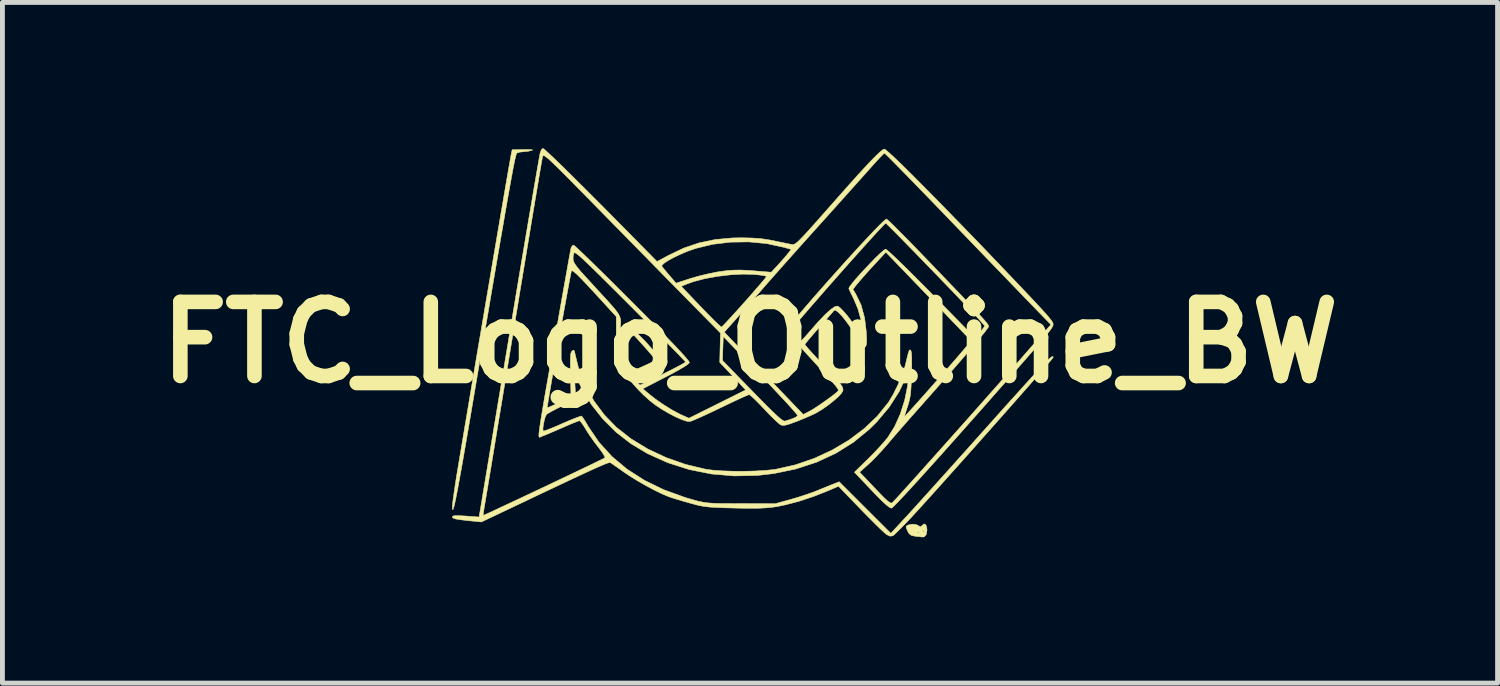
<source format=kicad_pcb>
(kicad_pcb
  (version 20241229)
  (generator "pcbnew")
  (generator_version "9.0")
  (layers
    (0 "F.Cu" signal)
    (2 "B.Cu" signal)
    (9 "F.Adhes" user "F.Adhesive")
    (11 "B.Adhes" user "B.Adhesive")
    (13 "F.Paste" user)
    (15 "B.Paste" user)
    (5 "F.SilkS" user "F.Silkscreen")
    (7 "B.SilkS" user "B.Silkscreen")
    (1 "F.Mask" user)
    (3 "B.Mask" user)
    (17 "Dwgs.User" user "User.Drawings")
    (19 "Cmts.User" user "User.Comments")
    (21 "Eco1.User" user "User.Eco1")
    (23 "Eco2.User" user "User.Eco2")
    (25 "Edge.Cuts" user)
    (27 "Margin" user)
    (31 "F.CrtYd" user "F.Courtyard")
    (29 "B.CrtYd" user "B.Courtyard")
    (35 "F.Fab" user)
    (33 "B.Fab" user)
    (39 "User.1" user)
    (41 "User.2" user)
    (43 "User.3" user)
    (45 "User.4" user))
  (footprint "FTC_Logo_Outline_BW"
    (layer "F.Cu")
    (at 12.381 3.996)
    (property "Reference" "FTC_Logo_Outline_BW" (at 0 0 0) (layer "F.SilkS") (effects (font (size 1.524 1.524) (thickness 0.3))))
    (attr through_hole)
    (fp_poly (pts (xy 3.617 3.75) (xy 3.637 3.812) (xy 3.641 3.865) (xy 3.625 3.953) (xy 3.583 4) (xy 3.533 4.003) (xy 3.495 3.997) (xy 3.424 3.989) (xy 3.401 3.987) (xy 3.321 3.971) (xy 3.273 3.934) (xy 3.259 3.909) (xy 3.443 3.909) (xy 3.457 3.923) (xy 3.471 3.909) (xy 3.457 3.895) (xy 3.443 3.909) (xy 3.259 3.909) (xy 3.243 3.881) (xy 3.556 3.881) (xy 3.57 3.895) (xy 3.584 3.881) (xy 3.57 3.866) (xy 3.556 3.881) (xy 3.243 3.881) (xy 3.241 3.877) (xy 3.213 3.812) (xy 3.213 3.78) (xy 3.244 3.76) (xy 3.264 3.752) (xy 3.343 3.738) (xy 3.424 3.748) (xy 3.481 3.778) (xy 3.488 3.787) (xy 3.515 3.789) (xy 3.54 3.765) (xy 3.582 3.732) (xy 3.617 3.75)) (stroke (width 0.01) (type solid)) (fill yes) (layer "F.SilkS"))
    (fp_poly (pts (xy -4.481 -3.966) (xy -4.477 -3.956) (xy -4.487 -3.952) (xy -4.566 -3.934) (xy -4.657 -3.925) (xy -4.735 -3.916) (xy -4.792 -3.899) (xy -4.795 -3.897) (xy -4.8 -3.892) (xy -4.806 -3.879) (xy -4.813 -3.859) (xy -4.822 -3.827) (xy -4.833 -3.782) (xy -4.846 -3.722) (xy -4.862 -3.643) (xy -4.881 -3.544) (xy -4.903 -3.423) (xy -4.93 -3.277) (xy -4.961 -3.104) (xy -4.997 -2.901) (xy -5.038 -2.667) (xy -5.084 -2.398) (xy -5.137 -2.093) (xy -5.196 -1.75) (xy -5.262 -1.365) (xy -5.335 -0.937) (xy -5.415 -0.463) (xy -5.504 0.058) (xy -5.602 0.63) (xy -5.708 1.255) (xy -5.744 1.468) (xy -5.814 1.879) (xy -5.876 2.236) (xy -5.929 2.543) (xy -5.976 2.8) (xy -6.014 3.011) (xy -6.047 3.177) (xy -6.073 3.301) (xy -6.093 3.385) (xy -6.108 3.431) (xy -6.117 3.442) (xy -6.123 3.419) (xy -6.124 3.374) (xy -6.12 3.321) (xy -6.108 3.223) (xy -6.089 3.09) (xy -6.066 2.931) (xy -6.039 2.759) (xy -6.038 2.754) (xy -6.021 2.648) (xy -5.995 2.496) (xy -5.963 2.302) (xy -5.924 2.071) (xy -5.88 1.806) (xy -5.83 1.512) (xy -5.777 1.193) (xy -5.72 0.854) (xy -5.66 0.498) (xy -5.598 0.131) (xy -5.534 -0.243) (xy -5.47 -0.621) (xy -5.406 -0.998) (xy -5.343 -1.369) (xy -5.282 -1.73) (xy -5.223 -2.077) (xy -5.167 -2.406) (xy -5.115 -2.712) (xy -5.067 -2.991) (xy -5.025 -3.239) (xy -4.988 -3.451) (xy -4.958 -3.623) (xy -4.936 -3.75) (xy -4.922 -3.829) (xy -4.918 -3.852) (xy -4.894 -3.965) (xy -4.655 -3.97) (xy -4.541 -3.97) (xy -4.481 -3.966)) (stroke (width 0.01) (type solid)) (fill yes) (layer "F.SilkS"))
    (fp_poly (pts (xy -4.249 -3.987) (xy -4.211 -3.956) (xy -4.137 -3.888) (xy -4.029 -3.786) (xy -3.891 -3.652) (xy -3.725 -3.49) (xy -3.536 -3.302) (xy -3.324 -3.091) (xy -3.095 -2.862) (xy -2.85 -2.615) (xy -2.685 -2.448) (xy -1.913 -1.665) (xy -1.683 -1.789) (xy -1.364 -1.942) (xy -1.044 -2.05) (xy -0.711 -2.119) (xy -0.352 -2.151) (xy -0.169 -2.154) (xy 0.045 -2.149) (xy 0.227 -2.136) (xy 0.398 -2.11) (xy 0.508 -2.088) (xy 0.638 -2.061) (xy 0.753 -2.037) (xy 0.84 -2.02) (xy 0.875 -2.014) (xy 0.898 -2.016) (xy 0.928 -2.031) (xy 0.969 -2.061) (xy 1.024 -2.112) (xy 1.097 -2.188) (xy 1.193 -2.291) (xy 1.316 -2.428) (xy 1.468 -2.6) (xy 1.58 -2.727) (xy 1.83 -3.01) (xy 2.045 -3.252) (xy 2.228 -3.456) (xy 2.381 -3.622) (xy 2.505 -3.754) (xy 2.604 -3.854) (xy 2.678 -3.923) (xy 2.73 -3.964) (xy 2.762 -3.979) (xy 2.765 -3.979) (xy 2.797 -3.959) (xy 2.865 -3.9) (xy 2.968 -3.806) (xy 3.102 -3.677) (xy 3.265 -3.517) (xy 3.454 -3.328) (xy 3.668 -3.112) (xy 3.904 -2.873) (xy 4.159 -2.611) (xy 4.432 -2.331) (xy 4.719 -2.034) (xy 5.018 -1.722) (xy 5.154 -1.58) (xy 5.389 -1.333) (xy 5.588 -1.124) (xy 5.754 -0.949) (xy 5.89 -0.804) (xy 5.998 -0.687) (xy 6.082 -0.595) (xy 6.144 -0.523) (xy 6.188 -0.469) (xy 6.216 -0.429) (xy 6.231 -0.401) (xy 6.237 -0.381) (xy 6.237 -0.376) (xy 6.234 -0.353) (xy 6.222 -0.324) (xy 6.198 -0.285) (xy 6.158 -0.23) (xy 6.1 -0.157) (xy 6.019 -0.06) (xy 5.913 0.064) (xy 5.778 0.22) (xy 5.611 0.411) (xy 5.501 0.536) (xy 5.146 0.939) (xy 4.813 1.317) (xy 4.501 1.669) (xy 4.213 1.994) (xy 3.95 2.289) (xy 3.713 2.553) (xy 3.504 2.784) (xy 3.324 2.982) (xy 3.174 3.144) (xy 3.056 3.269) (xy 2.972 3.356) (xy 2.922 3.402) (xy 2.91 3.409) (xy 2.872 3.395) (xy 2.805 3.343) (xy 2.707 3.252) (xy 2.576 3.12) (xy 2.503 3.043) (xy 2.148 2.669) (xy 2.424 2.4) (xy 2.542 2.282) (xy 2.658 2.158) (xy 2.76 2.044) (xy 2.834 1.954) (xy 2.835 1.953) (xy 2.974 1.732) (xy 3.091 1.472) (xy 3.182 1.187) (xy 3.242 0.89) (xy 3.258 0.748) (xy 3.266 0.647) (xy 3.267 0.596) (xy 3.261 0.59) (xy 3.246 0.623) (xy 3.234 0.654) (xy 3.071 1.006) (xy 2.863 1.331) (xy 2.606 1.636) (xy 2.456 1.785) (xy 2.128 2.053) (xy 1.765 2.28) (xy 1.368 2.464) (xy 0.942 2.603) (xy 0.49 2.697) (xy 0.149 2.736) (xy -0.328 2.746) (xy -0.798 2.705) (xy -1.254 2.614) (xy -1.692 2.474) (xy -2.106 2.288) (xy -2.452 2.081) (xy -2.754 1.847) (xy -3.028 1.575) (xy -3.265 1.275) (xy -3.457 0.956) (xy -3.516 0.833) (xy -3.616 0.607) (xy -3.585 1.171) (xy -3.866 1.306) (xy -3.984 1.365) (xy -4.086 1.419) (xy -4.158 1.461) (xy -4.187 1.482) (xy -4.211 1.526) (xy -4.233 1.602) (xy -4.251 1.689) (xy -4.261 1.768) (xy -4.257 1.817) (xy -4.254 1.823) (xy -4.225 1.817) (xy -4.154 1.792) (xy -4.05 1.75) (xy -3.923 1.696) (xy -3.863 1.669) (xy -3.728 1.611) (xy -3.612 1.563) (xy -3.523 1.53) (xy -3.473 1.515) (xy -3.465 1.514) (xy -3.442 1.543) (xy -3.399 1.609) (xy -3.345 1.698) (xy -3.327 1.73) (xy -3.107 2.054) (xy -2.841 2.346) (xy -2.53 2.607) (xy -2.174 2.835) (xy -1.776 3.029) (xy -1.335 3.189) (xy -1.164 3.239) (xy -1.076 3.263) (xy -0.998 3.28) (xy -0.921 3.294) (xy -0.836 3.303) (xy -0.734 3.309) (xy -0.605 3.313) (xy -0.439 3.314) (xy -0.228 3.315) (xy -0.183 3.315) (xy 0.522 3.316) (xy 0.848 3.226) (xy 1.003 3.18) (xy 1.162 3.128) (xy 1.305 3.078) (xy 1.384 3.047) (xy 1.503 2.998) (xy 1.619 2.951) (xy 1.709 2.915) (xy 1.715 2.913) (xy 1.835 2.866) (xy 2.366 3.397) (xy 2.897 3.927) (xy 3.193 3.607) (xy 3.272 3.522) (xy 3.382 3.401) (xy 3.52 3.248) (xy 3.681 3.07) (xy 3.859 2.872) (xy 4.05 2.66) (xy 4.248 2.439) (xy 4.449 2.215) (xy 4.474 2.187) (xy 4.771 1.855) (xy 5.033 1.562) (xy 5.262 1.306) (xy 5.461 1.086) (xy 5.63 0.898) (xy 5.773 0.741) (xy 5.892 0.611) (xy 5.989 0.507) (xy 6.066 0.427) (xy 6.125 0.367) (xy 6.169 0.325) (xy 6.2 0.3) (xy 6.22 0.288) (xy 6.231 0.288) (xy 6.236 0.297) (xy 6.237 0.307) (xy 6.219 0.332) (xy 6.166 0.395) (xy 6.083 0.492) (xy 5.972 0.619) (xy 5.838 0.773) (xy 5.683 0.95) (xy 5.511 1.145) (xy 5.325 1.356) (xy 5.129 1.577) (xy 4.927 1.805) (xy 4.721 2.037) (xy 4.516 2.268) (xy 4.314 2.494) (xy 4.119 2.712) (xy 3.935 2.918) (xy 3.765 3.107) (xy 3.612 3.276) (xy 3.48 3.422) (xy 3.372 3.539) (xy 3.311 3.606) (xy 3.2 3.723) (xy 3.099 3.826) (xy 3.016 3.908) (xy 2.959 3.962) (xy 2.938 3.978) (xy 2.878 3.985) (xy 2.811 3.953) (xy 2.769 3.918) (xy 2.695 3.849) (xy 2.596 3.753) (xy 2.478 3.635) (xy 2.347 3.502) (xy 2.277 3.43) (xy 1.82 2.958) (xy 1.59 3.057) (xy 1.305 3.169) (xy 1.009 3.267) (xy 0.722 3.342) (xy 0.557 3.376) (xy 0.446 3.392) (xy 0.329 3.403) (xy 0.194 3.41) (xy 0.029 3.412) (xy -0.174 3.41) (xy -0.31 3.407) (xy -0.516 3.402) (xy -0.676 3.396) (xy -0.802 3.389) (xy -0.905 3.379) (xy -0.996 3.365) (xy -1.087 3.345) (xy -1.188 3.318) (xy -1.228 3.307) (xy -1.366 3.268) (xy -1.498 3.229) (xy -1.604 3.196) (xy -1.658 3.178) (xy -1.796 3.121) (xy -1.964 3.04) (xy -2.147 2.942) (xy -2.33 2.837) (xy -2.498 2.732) (xy -2.592 2.668) (xy -2.696 2.594) (xy -2.785 2.532) (xy -2.848 2.489) (xy -2.87 2.474) (xy -2.882 2.471) (xy -2.904 2.475) (xy -2.94 2.485) (xy -2.992 2.505) (xy -3.065 2.536) (xy -3.162 2.578) (xy -3.287 2.635) (xy -3.443 2.707) (xy -3.634 2.796) (xy -3.863 2.904) (xy -4.134 3.032) (xy -4.451 3.182) (xy -4.633 3.269) (xy -5.527 3.693) (xy -5.826 3.663) (xy -5.966 3.646) (xy -6.058 3.631) (xy -6.108 3.613) (xy -6.124 3.593) (xy -6.124 3.592) (xy -6.116 3.574) (xy -6.083 3.564) (xy -6.018 3.562) (xy -5.911 3.567) (xy -5.849 3.571) (xy -5.574 3.591) (xy -5.567 3.548) (xy -5.49 3.548) (xy -5.483 3.556) (xy -5.456 3.544) (xy -5.382 3.511) (xy -5.267 3.458) (xy -5.117 3.387) (xy -4.935 3.302) (xy -4.727 3.205) (xy -4.498 3.097) (xy -4.253 2.981) (xy -4.237 2.974) (xy -3.991 2.857) (xy -3.76 2.747) (xy -3.55 2.647) (xy -3.366 2.559) (xy -3.212 2.485) (xy -3.094 2.427) (xy -3.016 2.389) (xy -2.985 2.372) (xy -2.984 2.372) (xy -2.991 2.343) (xy -3.027 2.282) (xy -3.086 2.2) (xy -3.119 2.157) (xy -3.208 2.04) (xy -3.298 1.912) (xy -3.372 1.798) (xy -3.379 1.785) (xy -3.433 1.699) (xy -3.479 1.636) (xy -3.507 1.609) (xy -3.508 1.609) (xy -3.542 1.62) (xy -3.617 1.649) (xy -3.723 1.693) (xy -3.849 1.748) (xy -3.876 1.76) (xy -4.01 1.818) (xy -4.129 1.869) (xy -4.223 1.908) (xy -4.278 1.93) (xy -4.283 1.931) (xy -4.298 1.938) (xy -4.313 1.946) (xy -4.325 1.951) (xy -4.334 1.95) (xy -4.341 1.94) (xy -4.344 1.918) (xy -4.343 1.88) (xy -4.337 1.823) (xy -4.327 1.744) (xy -4.311 1.639) (xy -4.29 1.505) (xy -4.262 1.34) (xy -4.171 1.34) (xy -4.171 1.341) (xy -4.144 1.334) (xy -4.078 1.305) (xy -3.984 1.262) (xy -3.923 1.232) (xy -3.683 1.115) (xy -3.694 0.662) (xy -3.697 0.489) (xy -3.697 0.363) (xy -3.693 0.277) (xy -3.686 0.221) (xy -3.673 0.189) (xy -3.66 0.174) (xy -3.63 0.157) (xy -3.612 0.177) (xy -3.598 0.244) (xy -3.598 0.245) (xy -3.518 0.569) (xy -3.388 0.891) (xy -3.213 1.2) (xy -3 1.487) (xy -2.754 1.741) (xy -2.75 1.745) (xy -2.447 1.982) (xy -2.102 2.192) (xy -1.724 2.369) (xy -1.325 2.509) (xy -0.911 2.608) (xy -0.903 2.609) (xy -0.752 2.629) (xy -0.56 2.642) (xy -0.342 2.649) (xy -0.113 2.65) (xy 0.113 2.644) (xy 0.32 2.632) (xy 0.493 2.614) (xy 0.538 2.607) (xy 0.936 2.517) (xy 1.322 2.384) (xy 1.691 2.213) (xy 2.035 2.009) (xy 2.346 1.775) (xy 2.618 1.517) (xy 2.843 1.238) (xy 2.848 1.232) (xy 2.943 1.074) (xy 3.038 0.884) (xy 3.122 0.685) (xy 3.186 0.499) (xy 3.202 0.437) (xy 3.234 0.305) (xy 3.256 0.219) (xy 3.272 0.171) (xy 3.285 0.152) (xy 3.298 0.155) (xy 3.309 0.165) (xy 3.32 0.206) (xy 3.326 0.301) (xy 3.328 0.447) (xy 3.324 0.64) (xy 3.324 0.654) (xy 3.317 0.839) (xy 3.309 0.979) (xy 3.298 1.089) (xy 3.281 1.18) (xy 3.258 1.265) (xy 3.241 1.319) (xy 3.209 1.416) (xy 3.187 1.488) (xy 3.179 1.523) (xy 3.179 1.524) (xy 3.2 1.504) (xy 3.252 1.447) (xy 3.331 1.36) (xy 3.431 1.249) (xy 3.547 1.119) (xy 3.674 0.976) (xy 3.805 0.828) (xy 3.936 0.679) (xy 4.062 0.536) (xy 4.177 0.404) (xy 4.276 0.291) (xy 4.315 0.245) (xy 4.552 -0.032) (xy 4.412 -0.178) (xy 4.36 -0.232) (xy 4.275 -0.321) (xy 4.161 -0.439) (xy 4.024 -0.582) (xy 3.87 -0.742) (xy 3.704 -0.914) (xy 3.533 -1.091) (xy 2.794 -1.858) (xy 2.542 -1.585) (xy 2.438 -1.472) (xy 2.34 -1.362) (xy 2.259 -1.269) (xy 2.205 -1.204) (xy 2.203 -1.203) (xy 2.117 -1.093) (xy 2.173 -1.002) (xy 2.285 -0.771) (xy 2.358 -0.502) (xy 2.391 -0.23) (xy 2.398 -0.096) (xy 2.399 -0.007) (xy 2.393 0.048) (xy 2.379 0.081) (xy 2.356 0.103) (xy 2.33 0.117) (xy 2.306 0.11) (xy 2.278 0.076) (xy 2.239 0.005) (xy 2.184 -0.106) (xy 2.123 -0.22) (xy 2.049 -0.337) (xy 1.969 -0.448) (xy 1.891 -0.544) (xy 1.821 -0.617) (xy 1.765 -0.66) (xy 1.732 -0.663) (xy 1.73 -0.661) (xy 1.704 -0.63) (xy 1.648 -0.565) (xy 1.568 -0.474) (xy 1.472 -0.366) (xy 1.418 -0.304) (xy 1.319 -0.191) (xy 1.234 -0.092) (xy 1.17 -0.015) (xy 1.134 0.031) (xy 1.129 0.041) (xy 1.147 0.067) (xy 1.198 0.127) (xy 1.276 0.214) (xy 1.374 0.32) (xy 1.466 0.419) (xy 1.612 0.574) (xy 1.723 0.695) (xy 1.804 0.786) (xy 1.86 0.854) (xy 1.893 0.904) (xy 1.909 0.941) (xy 1.913 0.973) (xy 1.908 1.001) (xy 1.876 1.052) (xy 1.807 1.124) (xy 1.711 1.208) (xy 1.6 1.295) (xy 1.484 1.376) (xy 1.373 1.443) (xy 1.343 1.459) (xy 1.252 1.502) (xy 1.129 1.555) (xy 0.997 1.61) (xy 0.95 1.628) (xy 0.821 1.675) (xy 0.732 1.701) (xy 0.672 1.707) (xy 0.635 1.698) (xy 0.594 1.668) (xy 0.524 1.605) (xy 0.433 1.516) (xy 0.331 1.411) (xy 0.294 1.371) (xy 0.193 1.265) (xy 0.103 1.175) (xy 0.034 1.11) (xy -0.009 1.076) (xy -0.016 1.072) (xy -0.05 1.084) (xy -0.126 1.117) (xy -0.238 1.168) (xy -0.377 1.233) (xy -0.535 1.309) (xy -0.604 1.342) (xy -0.771 1.422) (xy -0.926 1.494) (xy -1.058 1.554) (xy -1.161 1.598) (xy -1.224 1.623) (xy -1.236 1.626) (xy -1.305 1.62) (xy -1.408 1.585) (xy -1.535 1.529) (xy -1.675 1.456) (xy -1.818 1.372) (xy -1.952 1.282) (xy -2.066 1.193) (xy -2.066 1.193) (xy -2.192 1.079) (xy -2.306 0.964) (xy -2.402 0.857) (xy -2.471 0.765) (xy -2.508 0.697) (xy -2.512 0.678) (xy -2.497 0.646) (xy -2.447 0.609) (xy -2.356 0.561) (xy -2.23 0.504) (xy -2.115 0.452) (xy -2.023 0.408) (xy -1.964 0.374) (xy -1.947 0.36) (xy -1.965 0.332) (xy -2.012 0.273) (xy -2.081 0.192) (xy -2.161 0.1) (xy -2.246 0.006) (xy -2.325 -0.081) (xy -2.39 -0.15) (xy -2.432 -0.19) (xy -2.433 -0.191) (xy -2.468 -0.209) (xy -2.499 -0.195) (xy -2.533 -0.142) (xy -2.574 -0.042) (xy -2.583 -0.02) (xy -2.616 0.06) (xy -2.647 0.117) (xy -2.66 0.131) (xy -2.697 0.137) (xy -2.724 0.099) (xy -2.742 0.014) (xy -2.75 -0.122) (xy -2.752 -0.226) (xy -2.752 -0.533) (xy -3.203 -1.025) (xy -3.353 -1.187) (xy -3.47 -1.31) (xy -3.557 -1.397) (xy -3.618 -1.451) (xy -3.655 -1.475) (xy -3.673 -1.473) (xy -3.674 -1.471) (xy -3.683 -1.435) (xy -3.699 -1.351) (xy -3.723 -1.224) (xy -3.753 -1.063) (xy -3.788 -0.872) (xy -3.827 -0.659) (xy -3.868 -0.43) (xy -3.91 -0.191) (xy -3.953 0.051) (xy -3.995 0.291) (xy -4.035 0.52) (xy -4.072 0.734) (xy -4.105 0.926) (xy -4.133 1.088) (xy -4.154 1.216) (xy -4.167 1.302) (xy -4.171 1.34) (xy -4.262 1.34) (xy -4.262 1.339) (xy -4.228 1.137) (xy -4.186 0.896) (xy -4.136 0.613) (xy -4.079 0.284) (xy -4.013 -0.094) (xy -3.937 -0.523) (xy -3.935 -0.536) (xy -3.887 -0.808) (xy -3.842 -1.064) (xy -3.8 -1.299) (xy -3.763 -1.506) (xy -3.732 -1.681) (xy -3.724 -1.725) (xy -3.641 -1.725) (xy -3.633 -1.677) (xy -3.608 -1.623) (xy -3.562 -1.556) (xy -3.491 -1.47) (xy -3.39 -1.358) (xy -3.256 -1.212) (xy -3.235 -1.188) (xy -3.071 -1.01) (xy -2.941 -0.869) (xy -2.841 -0.757) (xy -2.767 -0.67) (xy -2.716 -0.6) (xy -2.684 -0.543) (xy -2.667 -0.491) (xy -2.66 -0.439) (xy -2.662 -0.381) (xy -2.667 -0.312) (xy -2.668 -0.286) (xy -2.684 -0.042) (xy -2.612 -0.174) (xy -2.567 -0.252) (xy -2.528 -0.308) (xy -2.513 -0.324) (xy -2.477 -0.315) (xy -2.414 -0.271) (xy -2.332 -0.198) (xy -2.237 -0.106) (xy -2.137 -0.003) (xy -2.04 0.105) (xy -1.954 0.207) (xy -1.885 0.297) (xy -1.842 0.366) (xy -1.832 0.406) (xy -1.834 0.408) (xy -1.87 0.433) (xy -1.947 0.473) (xy -2.051 0.522) (xy -2.145 0.563) (xy -2.269 0.617) (xy -2.349 0.656) (xy -2.391 0.684) (xy -2.403 0.707) (xy -2.394 0.73) (xy -2.394 0.73) (xy -2.321 0.821) (xy -2.275 0.869) (xy -2.262 0.875) (xy -2.233 0.863) (xy -2.162 0.83) (xy -2.057 0.78) (xy -1.926 0.716) (xy -1.787 0.648) (xy -1.64 0.575) (xy -1.513 0.509) (xy -1.413 0.456) (xy -1.348 0.418) (xy -1.326 0.401) (xy -1.346 0.378) (xy -1.402 0.319) (xy -1.49 0.227) (xy -1.609 0.106) (xy -1.753 -0.041) (xy -1.919 -0.209) (xy -2.104 -0.395) (xy -2.304 -0.596) (xy -2.468 -0.76) (xy -2.711 -1.003) (xy -2.918 -1.209) (xy -3.09 -1.38) (xy -3.233 -1.52) (xy -3.347 -1.63) (xy -3.437 -1.715) (xy -3.505 -1.776) (xy -3.554 -1.816) (xy -3.588 -1.839) (xy -3.609 -1.846) (xy -3.621 -1.842) (xy -3.625 -1.832) (xy -3.637 -1.775) (xy -3.641 -1.725) (xy -3.724 -1.725) (xy -3.707 -1.817) (xy -3.689 -1.91) (xy -3.681 -1.953) (xy -3.68 -1.954) (xy -3.651 -1.996) (xy -3.63 -2.004) (xy -3.605 -1.984) (xy -3.543 -1.928) (xy -3.449 -1.839) (xy -3.325 -1.72) (xy -3.177 -1.575) (xy -3.006 -1.408) (xy -2.817 -1.221) (xy -2.614 -1.018) (xy -2.416 -0.82) (xy -2.136 -0.539) (xy -1.896 -0.295) (xy -1.695 -0.089) (xy -1.532 0.081) (xy -1.407 0.215) (xy -1.318 0.314) (xy -1.265 0.379) (xy -1.246 0.411) (xy -1.246 0.413) (xy -1.276 0.446) (xy -1.355 0.5) (xy -1.482 0.574) (xy -1.653 0.667) (xy -1.731 0.707) (xy -2.205 0.952) (xy -2.083 1.056) (xy -1.943 1.167) (xy -1.778 1.281) (xy -1.609 1.386) (xy -1.455 1.469) (xy -1.414 1.488) (xy -1.256 1.558) (xy -0.09 0.977) (xy -0.356 0.693) (xy -0.623 0.409) (xy -0.622 0.371) (xy -0.567 0.371) (xy 0.048 1.002) (xy 0.227 1.185) (xy 0.371 1.33) (xy 0.485 1.441) (xy 0.571 1.522) (xy 0.635 1.576) (xy 0.68 1.607) (xy 0.709 1.618) (xy 0.72 1.617) (xy 0.785 1.597) (xy 0.868 1.569) (xy 0.873 1.567) (xy 0.94 1.538) (xy 0.978 1.509) (xy 0.98 1.505) (xy 0.963 1.479) (xy 0.911 1.417) (xy 0.828 1.323) (xy 0.718 1.203) (xy 0.585 1.061) (xy 0.434 0.9) (xy 0.268 0.726) (xy 0.22 0.677) (xy -0.55 -0.123) (xy -0.559 0.124) (xy -0.567 0.371) (xy -0.622 0.371) (xy -0.616 0.107) (xy -0.608 -0.195) (xy -0.625 -0.212) (xy -0.53 -0.212) (xy -0.018 0.321) (xy 0.141 0.486) (xy 0.306 0.658) (xy 0.468 0.827) (xy 0.616 0.981) (xy 0.74 1.111) (xy 0.794 1.167) (xy 1.095 1.482) (xy 1.226 1.414) (xy 1.303 1.369) (xy 1.402 1.305) (xy 1.511 1.23) (xy 1.619 1.153) (xy 1.715 1.082) (xy 1.785 1.024) (xy 1.819 0.989) (xy 1.808 0.957) (xy 1.761 0.892) (xy 1.684 0.798) (xy 1.58 0.682) (xy 1.533 0.632) (xy 1.307 0.389) (xy 1.121 0.186) (xy 0.974 0.021) (xy 0.866 -0.105) (xy 0.797 -0.194) (xy 0.769 -0.24) (xy 0.823 -0.24) (xy 0.925 -0.134) (xy 0.986 -0.074) (xy 1.03 -0.036) (xy 1.044 -0.028) (xy 1.068 -0.048) (xy 1.119 -0.102) (xy 1.189 -0.181) (xy 1.234 -0.233) (xy 1.408 -0.431) (xy 1.552 -0.581) (xy 1.667 -0.684) (xy 1.751 -0.74) (xy 1.803 -0.749) (xy 1.852 -0.715) (xy 1.921 -0.645) (xy 2.003 -0.55) (xy 2.086 -0.44) (xy 2.164 -0.328) (xy 2.226 -0.225) (xy 2.247 -0.183) (xy 2.314 -0.042) (xy 2.314 -0.198) (xy 2.29 -0.438) (xy 2.221 -0.69) (xy 2.131 -0.903) (xy 2.084 -0.997) (xy 2.049 -1.07) (xy 2.033 -1.11) (xy 2.032 -1.113) (xy 2.051 -1.15) (xy 2.103 -1.218) (xy 2.179 -1.31) (xy 2.274 -1.416) (xy 2.379 -1.53) (xy 2.486 -1.642) (xy 2.587 -1.746) (xy 2.677 -1.832) (xy 2.746 -1.892) (xy 2.787 -1.92) (xy 2.791 -1.92) (xy 2.819 -1.901) (xy 2.883 -1.845) (xy 2.978 -1.757) (xy 3.099 -1.64) (xy 3.244 -1.499) (xy 3.406 -1.337) (xy 3.584 -1.159) (xy 3.74 -1.001) (xy 4.643 -0.08) (xy 4.831 -0.34) (xy 4.739 -0.445) (xy 4.686 -0.504) (xy 4.602 -0.593) (xy 4.493 -0.709) (xy 4.362 -0.846) (xy 4.215 -1.001) (xy 4.055 -1.167) (xy 3.888 -1.34) (xy 3.717 -1.516) (xy 3.549 -1.69) (xy 3.386 -1.858) (xy 3.234 -2.013) (xy 3.097 -2.153) (xy 2.98 -2.272) (xy 2.887 -2.364) (xy 2.823 -2.427) (xy 2.793 -2.454) (xy 2.792 -2.455) (xy 2.768 -2.435) (xy 2.712 -2.376) (xy 2.626 -2.285) (xy 2.516 -2.164) (xy 2.385 -2.02) (xy 2.238 -1.856) (xy 2.078 -1.677) (xy 1.909 -1.487) (xy 1.737 -1.292) (xy 1.564 -1.096) (xy 1.396 -0.903) (xy 1.235 -0.718) (xy 1.163 -0.635) (xy 0.823 -0.24) (xy 0.769 -0.24) (xy 0.765 -0.247) (xy 0.763 -0.256) (xy 0.781 -0.29) (xy 0.833 -0.362) (xy 0.915 -0.464) (xy 1.023 -0.594) (xy 1.152 -0.745) (xy 1.297 -0.913) (xy 1.456 -1.094) (xy 1.623 -1.283) (xy 1.794 -1.474) (xy 1.964 -1.664) (xy 2.131 -1.847) (xy 2.288 -2.018) (xy 2.433 -2.173) (xy 2.56 -2.307) (xy 2.665 -2.415) (xy 2.745 -2.492) (xy 2.795 -2.534) (xy 2.807 -2.54) (xy 2.833 -2.52) (xy 2.894 -2.464) (xy 2.985 -2.375) (xy 3.102 -2.257) (xy 3.242 -2.116) (xy 3.4 -1.954) (xy 3.572 -1.776) (xy 3.686 -1.658) (xy 3.937 -1.396) (xy 4.152 -1.172) (xy 4.333 -0.983) (xy 4.483 -0.825) (xy 4.605 -0.695) (xy 4.702 -0.591) (xy 4.777 -0.51) (xy 4.832 -0.448) (xy 4.87 -0.402) (xy 4.894 -0.37) (xy 4.906 -0.348) (xy 4.911 -0.334) (xy 4.911 -0.332) (xy 4.892 -0.298) (xy 4.837 -0.224) (xy 4.747 -0.112) (xy 4.624 0.035) (xy 4.47 0.216) (xy 4.286 0.43) (xy 4.074 0.673) (xy 3.836 0.943) (xy 3.573 1.24) (xy 3.572 1.242) (xy 3.42 1.413) (xy 3.269 1.584) (xy 3.126 1.747) (xy 2.999 1.893) (xy 2.895 2.014) (xy 2.825 2.097) (xy 2.718 2.218) (xy 2.601 2.344) (xy 2.491 2.455) (xy 2.436 2.506) (xy 2.255 2.668) (xy 2.57 3) (xy 2.69 3.125) (xy 2.777 3.213) (xy 2.839 3.268) (xy 2.882 3.297) (xy 2.91 3.304) (xy 2.929 3.296) (xy 2.955 3.268) (xy 3.016 3.203) (xy 3.107 3.103) (xy 3.224 2.973) (xy 3.365 2.817) (xy 3.525 2.639) (xy 3.701 2.442) (xy 3.889 2.232) (xy 3.992 2.117) (xy 4.207 1.876) (xy 4.428 1.628) (xy 4.649 1.379) (xy 4.864 1.136) (xy 5.067 0.907) (xy 5.252 0.699) (xy 5.411 0.518) (xy 5.54 0.372) (xy 5.545 0.367) (xy 5.685 0.207) (xy 5.815 0.059) (xy 5.93 -0.072) (xy 6.025 -0.18) (xy 6.094 -0.258) (xy 6.132 -0.301) (xy 6.134 -0.304) (xy 6.191 -0.367) (xy 5.91 -0.656) (xy 5.843 -0.725) (xy 5.741 -0.831) (xy 5.607 -0.969) (xy 5.447 -1.135) (xy 5.263 -1.326) (xy 5.059 -1.537) (xy 4.84 -1.764) (xy 4.61 -2.003) (xy 4.372 -2.25) (xy 4.208 -2.42) (xy 3.976 -2.661) (xy 3.755 -2.89) (xy 3.548 -3.103) (xy 3.359 -3.298) (xy 3.19 -3.471) (xy 3.046 -3.618) (xy 2.928 -3.738) (xy 2.84 -3.826) (xy 2.785 -3.879) (xy 2.767 -3.895) (xy 2.742 -3.875) (xy 2.687 -3.819) (xy 2.608 -3.736) (xy 2.513 -3.631) (xy 2.453 -3.563) (xy 2.366 -3.466) (xy 2.248 -3.334) (xy 2.105 -3.174) (xy 1.943 -2.993) (xy 1.768 -2.798) (xy 1.588 -2.597) (xy 1.407 -2.396) (xy 1.397 -2.385) (xy 1.213 -2.18) (xy 1.025 -1.971) (xy 0.841 -1.764) (xy 0.667 -1.569) (xy 0.511 -1.393) (xy 0.379 -1.243) (xy 0.279 -1.129) (xy 0.148 -0.978) (xy 0.01 -0.821) (xy -0.122 -0.671) (xy -0.237 -0.541) (xy -0.303 -0.466) (xy -0.53 -0.212) (xy -0.625 -0.212) (xy -1.201 -0.796) (xy -1.332 -0.93) (xy -1.498 -1.098) (xy -1.554 -1.155) (xy -1.414 -1.155) (xy -1.011 -0.733) (xy -0.889 -0.606) (xy -0.78 -0.496) (xy -0.69 -0.407) (xy -0.624 -0.346) (xy -0.589 -0.318) (xy -0.585 -0.318) (xy -0.561 -0.34) (xy -0.504 -0.399) (xy -0.422 -0.488) (xy -0.318 -0.602) (xy -0.198 -0.734) (xy -0.112 -0.831) (xy 0.014 -0.973) (xy 0.126 -1.102) (xy 0.22 -1.21) (xy 0.29 -1.293) (xy 0.33 -1.344) (xy 0.339 -1.357) (xy 0.313 -1.369) (xy 0.243 -1.382) (xy 0.143 -1.394) (xy 0.092 -1.399) (xy -0.143 -1.406) (xy -0.403 -1.392) (xy -0.671 -1.36) (xy -0.93 -1.313) (xy -1.163 -1.252) (xy -1.307 -1.2) (xy -1.414 -1.155) (xy -1.554 -1.155) (xy -1.691 -1.294) (xy -1.906 -1.513) (xy -1.963 -1.571) (xy -1.815 -1.571) (xy -1.788 -1.534) (xy -1.735 -1.469) (xy -1.666 -1.388) (xy -1.659 -1.379) (xy -1.521 -1.22) (xy -1.221 -1.318) (xy -1.054 -1.366) (xy -0.864 -1.412) (xy -0.681 -1.449) (xy -0.611 -1.46) (xy -0.457 -1.48) (xy -0.322 -1.489) (xy -0.186 -1.49) (xy -0.026 -1.482) (xy 0.068 -1.475) (xy 0.437 -1.445) (xy 0.559 -1.576) (xy 0.641 -1.667) (xy 0.722 -1.76) (xy 0.765 -1.811) (xy 0.848 -1.915) (xy 0.699 -1.957) (xy 0.347 -2.034) (xy -0.023 -2.069) (xy -0.399 -2.064) (xy -0.767 -2.02) (xy -1.114 -1.936) (xy -1.284 -1.877) (xy -1.432 -1.814) (xy -1.567 -1.75) (xy -1.68 -1.688) (xy -1.764 -1.633) (xy -1.81 -1.591) (xy -1.815 -1.571) (xy -1.963 -1.571) (xy -2.136 -1.748) (xy -2.377 -1.993) (xy -2.622 -2.243) (xy -2.865 -2.49) (xy -3.02 -2.648) (xy -3.271 -2.904) (xy -3.485 -3.121) (xy -3.665 -3.304) (xy -3.815 -3.455) (xy -3.937 -3.577) (xy -4.034 -3.671) (xy -4.109 -3.743) (xy -4.166 -3.793) (xy -4.207 -3.824) (xy -4.234 -3.841) (xy -4.252 -3.844) (xy -4.262 -3.837) (xy -4.268 -3.824) (xy -4.269 -3.819) (xy -4.276 -3.782) (xy -4.292 -3.693) (xy -4.316 -3.554) (xy -4.347 -3.37) (xy -4.385 -3.143) (xy -4.43 -2.878) (xy -4.48 -2.578) (xy -4.535 -2.245) (xy -4.595 -1.884) (xy -4.659 -1.497) (xy -4.727 -1.089) (xy -4.797 -0.662) (xy -4.87 -0.22) (xy -4.883 -0.141) (xy -4.956 0.303) (xy -5.027 0.732) (xy -5.094 1.142) (xy -5.159 1.531) (xy -5.219 1.895) (xy -5.274 2.23) (xy -5.324 2.534) (xy -5.369 2.803) (xy -5.407 3.033) (xy -5.439 3.222) (xy -5.463 3.366) (xy -5.479 3.461) (xy -5.486 3.504) (xy -5.487 3.507) (xy -5.49 3.548) (xy -5.567 3.548) (xy -4.96 -0.103) (xy -4.885 -0.554) (xy -4.813 -0.99) (xy -4.743 -1.409) (xy -4.676 -1.808) (xy -4.613 -2.181) (xy -4.555 -2.528) (xy -4.501 -2.843) (xy -4.454 -3.124) (xy -4.412 -3.367) (xy -4.377 -3.569) (xy -4.35 -3.726) (xy -4.33 -3.836) (xy -4.319 -3.895) (xy -4.317 -3.902) (xy -4.29 -3.972) (xy -4.261 -3.991) (xy -4.249 -3.987)) (stroke (width 0.01) (type solid)) (fill yes) (layer "F.SilkS")))
  (gr_rect
    (start -3 -3)
    (end 27.761 11.004)
    (stroke (width 0.1) (type default))
    (fill no)
    (layer "Edge.Cuts")))
</source>
